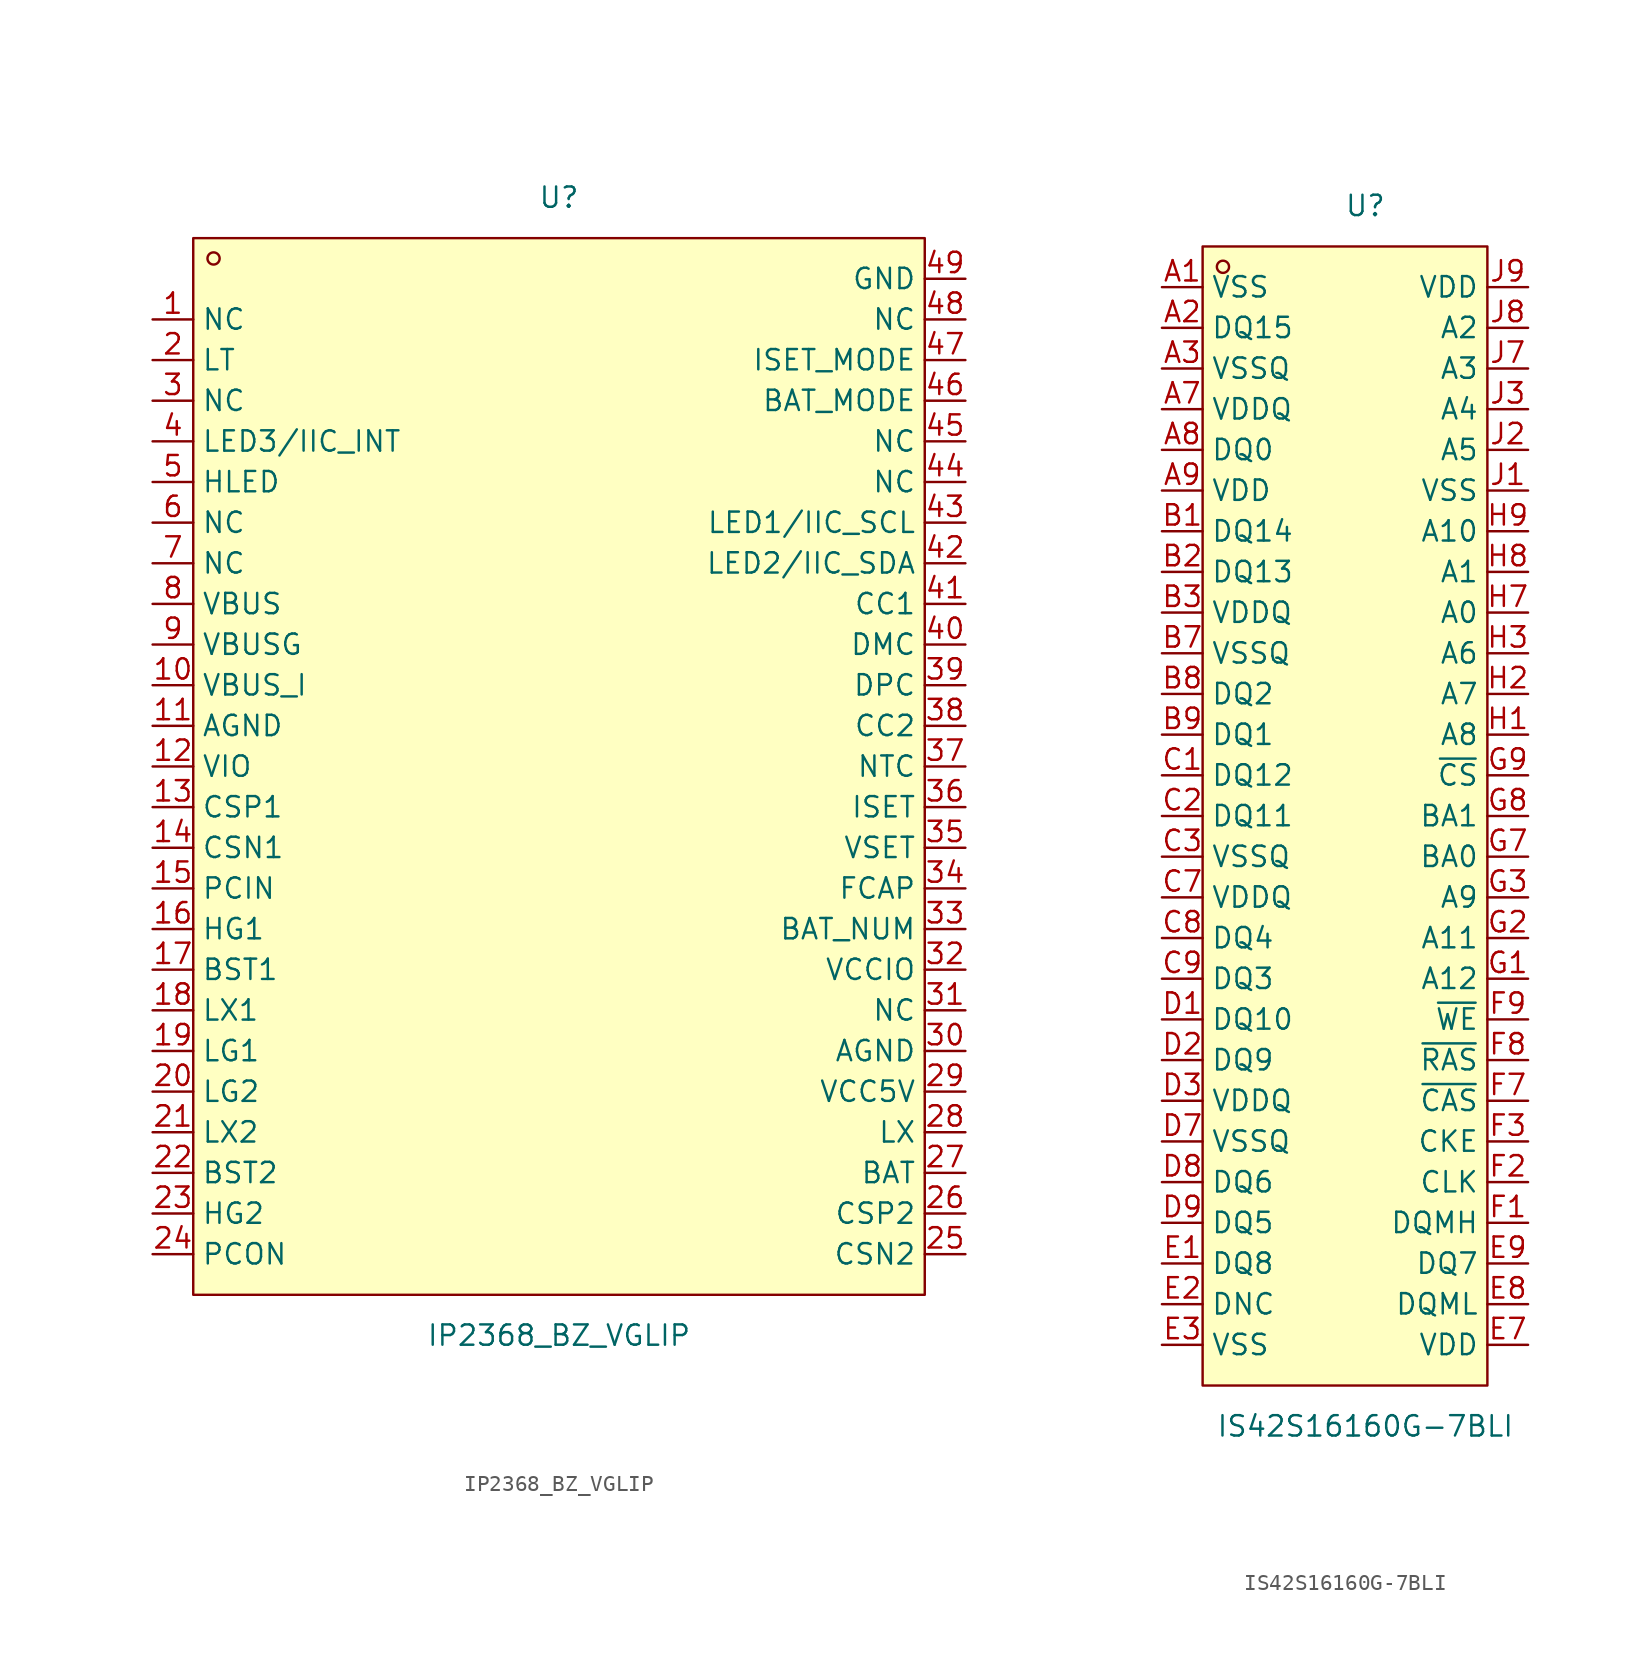
<source format=kicad_sym>
(kicad_symbol_lib
  (version 20231120)
  (generator "kicad_symbol_editor")
  (generator_version "8.0")
  (symbol "IP2368_BZ_VGLIP"
    (property "Reference" "U"
      (at 0 35.56 0)
      (effects (font (size 1.27 1.27))))
    (property "Value" "IP2368_BZ_VGLIP"
      (at 0 -35.56 0)
      (effects (font (size 1.27 1.27))))
    (symbol "IP2368_BZ_VGLIP_0_1"
      (rectangle (start -22.86 33.02) (end 22.86 -33.02) (stroke (width 0) (type default)) (fill (type background)))
      (circle (center -21.59 31.75) (radius 0.38) (stroke (width 0) (type default)) (fill (type none)))
      (pin unspecified line (at -25.4 27.94 0) (length 2.54) (name "NC" (effects (font (size 1.27 1.27)))) (number "1" (effects (font (size 1.27 1.27)))))
      (pin unspecified line (at -25.4 5.08 0) (length 2.54) (name "VBUS_I" (effects (font (size 1.27 1.27)))) (number "10" (effects (font (size 1.27 1.27)))))
      (pin unspecified line (at -25.4 2.54 0) (length 2.54) (name "AGND" (effects (font (size 1.27 1.27)))) (number "11" (effects (font (size 1.27 1.27)))))
      (pin unspecified line (at -25.4 0 0) (length 2.54) (name "VIO" (effects (font (size 1.27 1.27)))) (number "12" (effects (font (size 1.27 1.27)))))
      (pin unspecified line (at -25.4 -2.54 0) (length 2.54) (name "CSP1" (effects (font (size 1.27 1.27)))) (number "13" (effects (font (size 1.27 1.27)))))
      (pin unspecified line (at -25.4 -5.08 0) (length 2.54) (name "CSN1" (effects (font (size 1.27 1.27)))) (number "14" (effects (font (size 1.27 1.27)))))
      (pin unspecified line (at -25.4 -7.62 0) (length 2.54) (name "PCIN" (effects (font (size 1.27 1.27)))) (number "15" (effects (font (size 1.27 1.27)))))
      (pin unspecified line (at -25.4 -10.16 0) (length 2.54) (name "HG1" (effects (font (size 1.27 1.27)))) (number "16" (effects (font (size 1.27 1.27)))))
      (pin unspecified line (at -25.4 -12.7 0) (length 2.54) (name "BST1" (effects (font (size 1.27 1.27)))) (number "17" (effects (font (size 1.27 1.27)))))
      (pin unspecified line (at -25.4 -15.24 0) (length 2.54) (name "LX1" (effects (font (size 1.27 1.27)))) (number "18" (effects (font (size 1.27 1.27)))))
      (pin unspecified line (at -25.4 -17.78 0) (length 2.54) (name "LG1" (effects (font (size 1.27 1.27)))) (number "19" (effects (font (size 1.27 1.27)))))
      (pin unspecified line (at -25.4 25.4 0) (length 2.54) (name "LT" (effects (font (size 1.27 1.27)))) (number "2" (effects (font (size 1.27 1.27)))))
      (pin unspecified line (at -25.4 -20.32 0) (length 2.54) (name "LG2" (effects (font (size 1.27 1.27)))) (number "20" (effects (font (size 1.27 1.27)))))
      (pin unspecified line (at -25.4 -22.86 0) (length 2.54) (name "LX2" (effects (font (size 1.27 1.27)))) (number "21" (effects (font (size 1.27 1.27)))))
      (pin unspecified line (at -25.4 -25.4 0) (length 2.54) (name "BST2" (effects (font (size 1.27 1.27)))) (number "22" (effects (font (size 1.27 1.27)))))
      (pin unspecified line (at -25.4 -27.94 0) (length 2.54) (name "HG2" (effects (font (size 1.27 1.27)))) (number "23" (effects (font (size 1.27 1.27)))))
      (pin unspecified line (at -25.4 -30.48 0) (length 2.54) (name "PCON" (effects (font (size 1.27 1.27)))) (number "24" (effects (font (size 1.27 1.27)))))
      (pin unspecified line (at 25.4 -30.48 180) (length 2.54) (name "CSN2" (effects (font (size 1.27 1.27)))) (number "25" (effects (font (size 1.27 1.27)))))
      (pin unspecified line (at 25.4 -27.94 180) (length 2.54) (name "CSP2" (effects (font (size 1.27 1.27)))) (number "26" (effects (font (size 1.27 1.27)))))
      (pin unspecified line (at 25.4 -25.4 180) (length 2.54) (name "BAT" (effects (font (size 1.27 1.27)))) (number "27" (effects (font (size 1.27 1.27)))))
      (pin unspecified line (at 25.4 -22.86 180) (length 2.54) (name "LX" (effects (font (size 1.27 1.27)))) (number "28" (effects (font (size 1.27 1.27)))))
      (pin unspecified line (at 25.4 -20.32 180) (length 2.54) (name "VCC5V" (effects (font (size 1.27 1.27)))) (number "29" (effects (font (size 1.27 1.27)))))
      (pin unspecified line (at -25.4 22.86 0) (length 2.54) (name "NC" (effects (font (size 1.27 1.27)))) (number "3" (effects (font (size 1.27 1.27)))))
      (pin unspecified line (at 25.4 -17.78 180) (length 2.54) (name "AGND" (effects (font (size 1.27 1.27)))) (number "30" (effects (font (size 1.27 1.27)))))
      (pin unspecified line (at 25.4 -15.24 180) (length 2.54) (name "NC" (effects (font (size 1.27 1.27)))) (number "31" (effects (font (size 1.27 1.27)))))
      (pin unspecified line (at 25.4 -12.7 180) (length 2.54) (name "VCCIO" (effects (font (size 1.27 1.27)))) (number "32" (effects (font (size 1.27 1.27)))))
      (pin unspecified line (at 25.4 -10.16 180) (length 2.54) (name "BAT_NUM" (effects (font (size 1.27 1.27)))) (number "33" (effects (font (size 1.27 1.27)))))
      (pin unspecified line (at 25.4 -7.62 180) (length 2.54) (name "FCAP" (effects (font (size 1.27 1.27)))) (number "34" (effects (font (size 1.27 1.27)))))
      (pin unspecified line (at 25.4 -5.08 180) (length 2.54) (name "VSET" (effects (font (size 1.27 1.27)))) (number "35" (effects (font (size 1.27 1.27)))))
      (pin unspecified line (at 25.4 -2.54 180) (length 2.54) (name "ISET" (effects (font (size 1.27 1.27)))) (number "36" (effects (font (size 1.27 1.27)))))
      (pin unspecified line (at 25.4 0 180) (length 2.54) (name "NTC" (effects (font (size 1.27 1.27)))) (number "37" (effects (font (size 1.27 1.27)))))
      (pin unspecified line (at 25.4 2.54 180) (length 2.54) (name "CC2" (effects (font (size 1.27 1.27)))) (number "38" (effects (font (size 1.27 1.27)))))
      (pin unspecified line (at 25.4 5.08 180) (length 2.54) (name "DPC" (effects (font (size 1.27 1.27)))) (number "39" (effects (font (size 1.27 1.27)))))
      (pin unspecified line (at -25.4 20.32 0) (length 2.54) (name "LED3/IIC_INT" (effects (font (size 1.27 1.27)))) (number "4" (effects (font (size 1.27 1.27)))))
      (pin unspecified line (at 25.4 7.62 180) (length 2.54) (name "DMC" (effects (font (size 1.27 1.27)))) (number "40" (effects (font (size 1.27 1.27)))))
      (pin unspecified line (at 25.4 10.16 180) (length 2.54) (name "CC1" (effects (font (size 1.27 1.27)))) (number "41" (effects (font (size 1.27 1.27)))))
      (pin unspecified line (at 25.4 12.7 180) (length 2.54) (name "LED2/IIC_SDA" (effects (font (size 1.27 1.27)))) (number "42" (effects (font (size 1.27 1.27)))))
      (pin unspecified line (at 25.4 15.24 180) (length 2.54) (name "LED1/IIC_SCL" (effects (font (size 1.27 1.27)))) (number "43" (effects (font (size 1.27 1.27)))))
      (pin unspecified line (at 25.4 17.78 180) (length 2.54) (name "NC" (effects (font (size 1.27 1.27)))) (number "44" (effects (font (size 1.27 1.27)))))
      (pin unspecified line (at 25.4 20.32 180) (length 2.54) (name "NC" (effects (font (size 1.27 1.27)))) (number "45" (effects (font (size 1.27 1.27)))))
      (pin unspecified line (at 25.4 22.86 180) (length 2.54) (name "BAT_MODE" (effects (font (size 1.27 1.27)))) (number "46" (effects (font (size 1.27 1.27)))))
      (pin unspecified line (at 25.4 25.4 180) (length 2.54) (name "ISET_MODE" (effects (font (size 1.27 1.27)))) (number "47" (effects (font (size 1.27 1.27)))))
      (pin unspecified line (at 25.4 27.94 180) (length 2.54) (name "NC" (effects (font (size 1.27 1.27)))) (number "48" (effects (font (size 1.27 1.27)))))
      (pin unspecified line (at 25.4 30.48 180) (length 2.54) (name "GND" (effects (font (size 1.27 1.27)))) (number "49" (effects (font (size 1.27 1.27)))))
      (pin unspecified line (at -25.4 17.78 0) (length 2.54) (name "HLED" (effects (font (size 1.27 1.27)))) (number "5" (effects (font (size 1.27 1.27)))))
      (pin unspecified line (at -25.4 15.24 0) (length 2.54) (name "NC" (effects (font (size 1.27 1.27)))) (number "6" (effects (font (size 1.27 1.27)))))
      (pin unspecified line (at -25.4 12.7 0) (length 2.54) (name "NC" (effects (font (size 1.27 1.27)))) (number "7" (effects (font (size 1.27 1.27)))))
      (pin unspecified line (at -25.4 10.16 0) (length 2.54) (name "VBUS" (effects (font (size 1.27 1.27)))) (number "8" (effects (font (size 1.27 1.27)))))
      (pin unspecified line (at -25.4 7.62 0) (length 2.54) (name "VBUSG" (effects (font (size 1.27 1.27)))) (number "9" (effects (font (size 1.27 1.27)))))))
  (symbol "IS42S16160G-7BLI"
    (property "Reference" "U"
      (at 0 38.1 0)
      (effects (font (size 1.27 1.27))))
    (property "Value" "IS42S16160G-7BLI"
      (at 0 -38.1 0)
      (effects (font (size 1.27 1.27))))
    (symbol "IS42S16160G-7BLI_0_1"
      (rectangle (start -10.16 35.56) (end 7.62 -35.56) (stroke (width 0) (type default)) (fill (type background)))
      (circle (center -8.89 34.29) (radius 0.38) (stroke (width 0) (type default)) (fill (type none)))
      (pin unspecified line (at -12.7 33.02 0) (length 2.54) (name "VSS" (effects (font (size 1.27 1.27)))) (number "A1" (effects (font (size 1.27 1.27)))))
      (pin unspecified line (at -12.7 30.48 0) (length 2.54) (name "DQ15" (effects (font (size 1.27 1.27)))) (number "A2" (effects (font (size 1.27 1.27)))))
      (pin unspecified line (at -12.7 27.94 0) (length 2.54) (name "VSSQ" (effects (font (size 1.27 1.27)))) (number "A3" (effects (font (size 1.27 1.27)))))
      (pin unspecified line (at -12.7 25.4 0) (length 2.54) (name "VDDQ" (effects (font (size 1.27 1.27)))) (number "A7" (effects (font (size 1.27 1.27)))))
      (pin unspecified line (at -12.7 22.86 0) (length 2.54) (name "DQ0" (effects (font (size 1.27 1.27)))) (number "A8" (effects (font (size 1.27 1.27)))))
      (pin unspecified line (at -12.7 20.32 0) (length 2.54) (name "VDD" (effects (font (size 1.27 1.27)))) (number "A9" (effects (font (size 1.27 1.27)))))
      (pin unspecified line (at -12.7 17.78 0) (length 2.54) (name "DQ14" (effects (font (size 1.27 1.27)))) (number "B1" (effects (font (size 1.27 1.27)))))
      (pin unspecified line (at -12.7 15.24 0) (length 2.54) (name "DQ13" (effects (font (size 1.27 1.27)))) (number "B2" (effects (font (size 1.27 1.27)))))
      (pin unspecified line (at -12.7 12.7 0) (length 2.54) (name "VDDQ" (effects (font (size 1.27 1.27)))) (number "B3" (effects (font (size 1.27 1.27)))))
      (pin unspecified line (at -12.7 10.16 0) (length 2.54) (name "VSSQ" (effects (font (size 1.27 1.27)))) (number "B7" (effects (font (size 1.27 1.27)))))
      (pin unspecified line (at -12.7 7.62 0) (length 2.54) (name "DQ2" (effects (font (size 1.27 1.27)))) (number "B8" (effects (font (size 1.27 1.27)))))
      (pin unspecified line (at -12.7 5.08 0) (length 2.54) (name "DQ1" (effects (font (size 1.27 1.27)))) (number "B9" (effects (font (size 1.27 1.27)))))
      (pin unspecified line (at -12.7 2.54 0) (length 2.54) (name "DQ12" (effects (font (size 1.27 1.27)))) (number "C1" (effects (font (size 1.27 1.27)))))
      (pin unspecified line (at -12.7 0 0) (length 2.54) (name "DQ11" (effects (font (size 1.27 1.27)))) (number "C2" (effects (font (size 1.27 1.27)))))
      (pin unspecified line (at -12.7 -2.54 0) (length 2.54) (name "VSSQ" (effects (font (size 1.27 1.27)))) (number "C3" (effects (font (size 1.27 1.27)))))
      (pin unspecified line (at -12.7 -5.08 0) (length 2.54) (name "VDDQ" (effects (font (size 1.27 1.27)))) (number "C7" (effects (font (size 1.27 1.27)))))
      (pin unspecified line (at -12.7 -7.62 0) (length 2.54) (name "DQ4" (effects (font (size 1.27 1.27)))) (number "C8" (effects (font (size 1.27 1.27)))))
      (pin unspecified line (at -12.7 -10.16 0) (length 2.54) (name "DQ3" (effects (font (size 1.27 1.27)))) (number "C9" (effects (font (size 1.27 1.27)))))
      (pin unspecified line (at -12.7 -12.7 0) (length 2.54) (name "DQ10" (effects (font (size 1.27 1.27)))) (number "D1" (effects (font (size 1.27 1.27)))))
      (pin unspecified line (at -12.7 -15.24 0) (length 2.54) (name "DQ9" (effects (font (size 1.27 1.27)))) (number "D2" (effects (font (size 1.27 1.27)))))
      (pin unspecified line (at -12.7 -17.78 0) (length 2.54) (name "VDDQ" (effects (font (size 1.27 1.27)))) (number "D3" (effects (font (size 1.27 1.27)))))
      (pin unspecified line (at -12.7 -20.32 0) (length 2.54) (name "VSSQ" (effects (font (size 1.27 1.27)))) (number "D7" (effects (font (size 1.27 1.27)))))
      (pin unspecified line (at -12.7 -22.86 0) (length 2.54) (name "DQ6" (effects (font (size 1.27 1.27)))) (number "D8" (effects (font (size 1.27 1.27)))))
      (pin unspecified line (at -12.7 -25.4 0) (length 2.54) (name "DQ5" (effects (font (size 1.27 1.27)))) (number "D9" (effects (font (size 1.27 1.27)))))
      (pin unspecified line (at -12.7 -27.94 0) (length 2.54) (name "DQ8" (effects (font (size 1.27 1.27)))) (number "E1" (effects (font (size 1.27 1.27)))))
      (pin unspecified line (at -12.7 -30.48 0) (length 2.54) (name "DNC" (effects (font (size 1.27 1.27)))) (number "E2" (effects (font (size 1.27 1.27)))))
      (pin unspecified line (at -12.7 -33.02 0) (length 2.54) (name "VSS" (effects (font (size 1.27 1.27)))) (number "E3" (effects (font (size 1.27 1.27)))))
      (pin unspecified line (at 10.16 -33.02 180) (length 2.54) (name "VDD" (effects (font (size 1.27 1.27)))) (number "E7" (effects (font (size 1.27 1.27)))))
      (pin unspecified line (at 10.16 -30.48 180) (length 2.54) (name "DQML" (effects (font (size 1.27 1.27)))) (number "E8" (effects (font (size 1.27 1.27)))))
      (pin unspecified line (at 10.16 -27.94 180) (length 2.54) (name "DQ7" (effects (font (size 1.27 1.27)))) (number "E9" (effects (font (size 1.27 1.27)))))
      (pin unspecified line (at 10.16 -25.4 180) (length 2.54) (name "DQMH" (effects (font (size 1.27 1.27)))) (number "F1" (effects (font (size 1.27 1.27)))))
      (pin unspecified line (at 10.16 -22.86 180) (length 2.54) (name "CLK" (effects (font (size 1.27 1.27)))) (number "F2" (effects (font (size 1.27 1.27)))))
      (pin unspecified line (at 10.16 -20.32 180) (length 2.54) (name "CKE" (effects (font (size 1.27 1.27)))) (number "F3" (effects (font (size 1.27 1.27)))))
      (pin unspecified line (at 10.16 -17.78 180) (length 2.54) (name "~{CAS}" (effects (font (size 1.27 1.27)))) (number "F7" (effects (font (size 1.27 1.27)))))
      (pin unspecified line (at 10.16 -15.24 180) (length 2.54) (name "~{RAS}" (effects (font (size 1.27 1.27)))) (number "F8" (effects (font (size 1.27 1.27)))))
      (pin unspecified line (at 10.16 -12.7 180) (length 2.54) (name "~{WE}" (effects (font (size 1.27 1.27)))) (number "F9" (effects (font (size 1.27 1.27)))))
      (pin unspecified line (at 10.16 -10.16 180) (length 2.54) (name "A12" (effects (font (size 1.27 1.27)))) (number "G1" (effects (font (size 1.27 1.27)))))
      (pin unspecified line (at 10.16 -7.62 180) (length 2.54) (name "A11" (effects (font (size 1.27 1.27)))) (number "G2" (effects (font (size 1.27 1.27)))))
      (pin unspecified line (at 10.16 -5.08 180) (length 2.54) (name "A9" (effects (font (size 1.27 1.27)))) (number "G3" (effects (font (size 1.27 1.27)))))
      (pin unspecified line (at 10.16 -2.54 180) (length 2.54) (name "BA0" (effects (font (size 1.27 1.27)))) (number "G7" (effects (font (size 1.27 1.27)))))
      (pin unspecified line (at 10.16 0 180) (length 2.54) (name "BA1" (effects (font (size 1.27 1.27)))) (number "G8" (effects (font (size 1.27 1.27)))))
      (pin unspecified line (at 10.16 2.54 180) (length 2.54) (name "~{CS}" (effects (font (size 1.27 1.27)))) (number "G9" (effects (font (size 1.27 1.27)))))
      (pin unspecified line (at 10.16 5.08 180) (length 2.54) (name "A8" (effects (font (size 1.27 1.27)))) (number "H1" (effects (font (size 1.27 1.27)))))
      (pin unspecified line (at 10.16 7.62 180) (length 2.54) (name "A7" (effects (font (size 1.27 1.27)))) (number "H2" (effects (font (size 1.27 1.27)))))
      (pin unspecified line (at 10.16 10.16 180) (length 2.54) (name "A6" (effects (font (size 1.27 1.27)))) (number "H3" (effects (font (size 1.27 1.27)))))
      (pin unspecified line (at 10.16 12.7 180) (length 2.54) (name "A0" (effects (font (size 1.27 1.27)))) (number "H7" (effects (font (size 1.27 1.27)))))
      (pin unspecified line (at 10.16 15.24 180) (length 2.54) (name "A1" (effects (font (size 1.27 1.27)))) (number "H8" (effects (font (size 1.27 1.27)))))
      (pin unspecified line (at 10.16 17.78 180) (length 2.54) (name "A10" (effects (font (size 1.27 1.27)))) (number "H9" (effects (font (size 1.27 1.27)))))
      (pin unspecified line (at 10.16 20.32 180) (length 2.54) (name "VSS" (effects (font (size 1.27 1.27)))) (number "J1" (effects (font (size 1.27 1.27)))))
      (pin unspecified line (at 10.16 22.86 180) (length 2.54) (name "A5" (effects (font (size 1.27 1.27)))) (number "J2" (effects (font (size 1.27 1.27)))))
      (pin unspecified line (at 10.16 25.4 180) (length 2.54) (name "A4" (effects (font (size 1.27 1.27)))) (number "J3" (effects (font (size 1.27 1.27)))))
      (pin unspecified line (at 10.16 27.94 180) (length 2.54) (name "A3" (effects (font (size 1.27 1.27)))) (number "J7" (effects (font (size 1.27 1.27)))))
      (pin unspecified line (at 10.16 30.48 180) (length 2.54) (name "A2" (effects (font (size 1.27 1.27)))) (number "J8" (effects (font (size 1.27 1.27)))))
      (pin unspecified line (at 10.16 33.02 180) (length 2.54) (name "VDD" (effects (font (size 1.27 1.27)))) (number "J9" (effects (font (size 1.27 1.27))))))))
</source>
